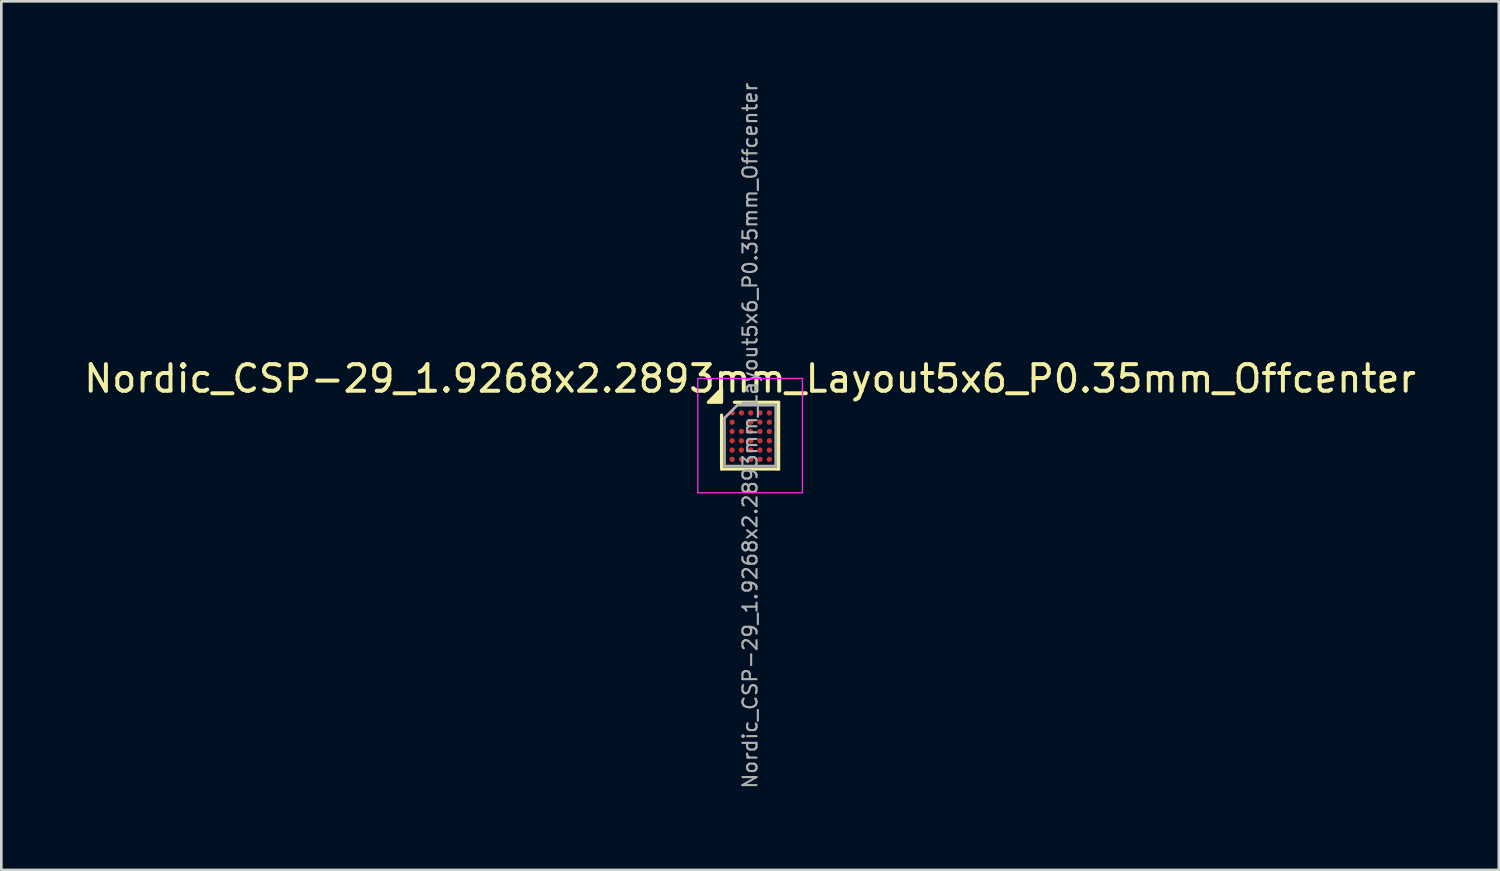
<source format=kicad_pcb>
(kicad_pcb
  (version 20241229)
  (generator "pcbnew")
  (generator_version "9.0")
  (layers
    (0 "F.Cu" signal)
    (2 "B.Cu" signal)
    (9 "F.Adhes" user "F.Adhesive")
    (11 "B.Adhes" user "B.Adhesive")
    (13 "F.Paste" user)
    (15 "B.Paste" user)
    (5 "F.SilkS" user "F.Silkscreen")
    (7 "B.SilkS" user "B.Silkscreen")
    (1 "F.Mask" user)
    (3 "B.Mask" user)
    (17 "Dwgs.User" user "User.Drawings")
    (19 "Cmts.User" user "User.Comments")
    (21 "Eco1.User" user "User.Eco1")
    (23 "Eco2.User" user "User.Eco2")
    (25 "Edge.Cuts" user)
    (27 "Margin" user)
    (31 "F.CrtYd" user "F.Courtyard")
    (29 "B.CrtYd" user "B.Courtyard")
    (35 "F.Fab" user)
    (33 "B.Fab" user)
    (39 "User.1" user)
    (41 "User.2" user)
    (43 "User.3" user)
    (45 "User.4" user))
  (footprint "Nordic_CSP-29_1.9268x2.2893mm_Layout5x6_P0.35mm_Offcenter"
    (layer "F.Cu")
    (at 25.173 13.341)
    (property "Reference" "Nordic_CSP-29_1.9268x2.2893mm_Layout5x6_P0.35mm_Offcenter" (at 0 -2.145 0) (layer "F.SilkS") (effects (font (size 1 1) (thickness 0.15))))
    (attr smd)
    (fp_line (start -1.073 1.255) (end -1.073 -0.773) (stroke (width 0.12) (type solid)) (layer "F.SilkS"))
    (fp_line (start -0.592 -1.255) (end 1.073 -1.255) (stroke (width 0.12) (type solid)) (layer "F.SilkS"))
    (fp_line (start 1.073 -1.255) (end 1.073 1.255) (stroke (width 0.12) (type solid)) (layer "F.SilkS"))
    (fp_line (start 1.073 1.255) (end -1.073 1.255) (stroke (width 0.12) (type solid)) (layer "F.SilkS"))
    (fp_poly (pts (xy -1.073 -1.255) (xy -1.573 -1.255) (xy -1.073 -1.755)) (stroke (width 0.12) (type solid)) (fill yes) (layer "F.SilkS"))
    (fp_line (start -1.97 -2.15) (end -1.97 2.15) (stroke (width 0.05) (type solid)) (layer "F.CrtYd"))
    (fp_line (start -1.97 2.15) (end 1.97 2.15) (stroke (width 0.05) (type solid)) (layer "F.CrtYd"))
    (fp_line (start 1.97 -2.15) (end -1.97 -2.15) (stroke (width 0.05) (type solid)) (layer "F.CrtYd"))
    (fp_line (start 1.97 2.15) (end 1.97 -2.15) (stroke (width 0.05) (type solid)) (layer "F.CrtYd"))
    (fp_line (start -0.963 -0.663) (end -0.482 -1.145) (stroke (width 0.1) (type solid)) (layer "F.Fab"))
    (fp_line (start -0.963 1.145) (end -0.963 -0.663) (stroke (width 0.1) (type solid)) (layer "F.Fab"))
    (fp_line (start -0.482 -1.145) (end 0.963 -1.145) (stroke (width 0.1) (type solid)) (layer "F.Fab"))
    (fp_line (start 0.963 -1.145) (end 0.963 1.145) (stroke (width 0.1) (type solid)) (layer "F.Fab"))
    (fp_line (start 0.963 1.145) (end -0.963 1.145) (stroke (width 0.1) (type solid)) (layer "F.Fab"))
    (fp_text user "${REFERENCE}" (at 0 0 270) (layer "F.Fab") (effects (font (size 0.53 0.53) (thickness 0.08))))
    (pad "A1" smd circle (at -0.676 -0.857) (size 0.2 0.2) (property pad_prop_bga) (layers "F.Cu" "F.Mask" "F.Paste"))
    (pad "A2" smd circle (at -0.327 -0.857) (size 0.2 0.2) (property pad_prop_bga) (layers "F.Cu" "F.Mask" "F.Paste"))
    (pad "A3" smd circle (at 0.024 -0.857) (size 0.2 0.2) (property pad_prop_bga) (layers "F.Cu" "F.Mask" "F.Paste"))
    (pad "A4" smd circle (at 0.373 -0.857) (size 0.2 0.2) (property pad_prop_bga) (layers "F.Cu" "F.Mask" "F.Paste"))
    (pad "A5" smd circle (at 0.724 -0.857) (size 0.2 0.2) (property pad_prop_bga) (layers "F.Cu" "F.Mask" "F.Paste"))
    (pad "B1" smd circle (at -0.676 -0.506) (size 0.2 0.2) (property pad_prop_bga) (layers "F.Cu" "F.Mask" "F.Paste"))
    (pad "B3" smd circle (at 0.024 -0.506) (size 0.2 0.2) (property pad_prop_bga) (layers "F.Cu" "F.Mask" "F.Paste"))
    (pad "B4" smd circle (at 0.373 -0.506) (size 0.2 0.2) (property pad_prop_bga) (layers "F.Cu" "F.Mask" "F.Paste"))
    (pad "B5" smd circle (at 0.724 -0.506) (size 0.2 0.2) (property pad_prop_bga) (layers "F.Cu" "F.Mask" "F.Paste"))
    (pad "C1" smd circle (at -0.676 -0.157) (size 0.2 0.2) (property pad_prop_bga) (layers "F.Cu" "F.Mask" "F.Paste"))
    (pad "C2" smd circle (at -0.327 -0.157) (size 0.2 0.2) (property pad_prop_bga) (layers "F.Cu" "F.Mask" "F.Paste"))
    (pad "C3" smd circle (at 0.024 -0.157) (size 0.2 0.2) (property pad_prop_bga) (layers "F.Cu" "F.Mask" "F.Paste"))
    (pad "C4" smd circle (at 0.373 -0.157) (size 0.2 0.2) (property pad_prop_bga) (layers "F.Cu" "F.Mask" "F.Paste"))
    (pad "C5" smd circle (at 0.724 -0.157) (size 0.2 0.2) (property pad_prop_bga) (layers "F.Cu" "F.Mask" "F.Paste"))
    (pad "D1" smd circle (at -0.676 0.194) (size 0.2 0.2) (property pad_prop_bga) (layers "F.Cu" "F.Mask" "F.Paste"))
    (pad "D2" smd circle (at -0.327 0.194) (size 0.2 0.2) (property pad_prop_bga) (layers "F.Cu" "F.Mask" "F.Paste"))
    (pad "D3" smd circle (at 0.024 0.194) (size 0.2 0.2) (property pad_prop_bga) (layers "F.Cu" "F.Mask" "F.Paste"))
    (pad "D4" smd circle (at 0.373 0.194) (size 0.2 0.2) (property pad_prop_bga) (layers "F.Cu" "F.Mask" "F.Paste"))
    (pad "D5" smd circle (at 0.724 0.194) (size 0.2 0.2) (property pad_prop_bga) (layers "F.Cu" "F.Mask" "F.Paste"))
    (pad "E1" smd circle (at -0.676 0.543) (size 0.2 0.2) (property pad_prop_bga) (layers "F.Cu" "F.Mask" "F.Paste"))
    (pad "E2" smd circle (at -0.327 0.543) (size 0.2 0.2) (property pad_prop_bga) (layers "F.Cu" "F.Mask" "F.Paste"))
    (pad "E3" smd circle (at 0.024 0.543) (size 0.2 0.2) (property pad_prop_bga) (layers "F.Cu" "F.Mask" "F.Paste"))
    (pad "E4" smd circle (at 0.373 0.543) (size 0.2 0.2) (property pad_prop_bga) (layers "F.Cu" "F.Mask" "F.Paste"))
    (pad "E5" smd circle (at 0.724 0.543) (size 0.2 0.2) (property pad_prop_bga) (layers "F.Cu" "F.Mask" "F.Paste"))
    (pad "F1" smd circle (at -0.676 0.893) (size 0.2 0.2) (property pad_prop_bga) (layers "F.Cu" "F.Mask" "F.Paste"))
    (pad "F2" smd circle (at -0.327 0.893) (size 0.2 0.2) (property pad_prop_bga) (layers "F.Cu" "F.Mask" "F.Paste"))
    (pad "F3" smd circle (at 0.024 0.893) (size 0.2 0.2) (property pad_prop_bga) (layers "F.Cu" "F.Mask" "F.Paste"))
    (pad "F4" smd circle (at 0.373 0.893) (size 0.2 0.2) (property pad_prop_bga) (layers "F.Cu" "F.Mask" "F.Paste"))
    (pad "F5" smd circle (at 0.724 0.893) (size 0.2 0.2) (property pad_prop_bga) (layers "F.Cu" "F.Mask" "F.Paste")))
  (gr_rect
    (start -3 -3)
    (end 53.345 29.683)
    (stroke (width 0.1) (type default))
    (fill no)
    (layer "Edge.Cuts")))
</source>
